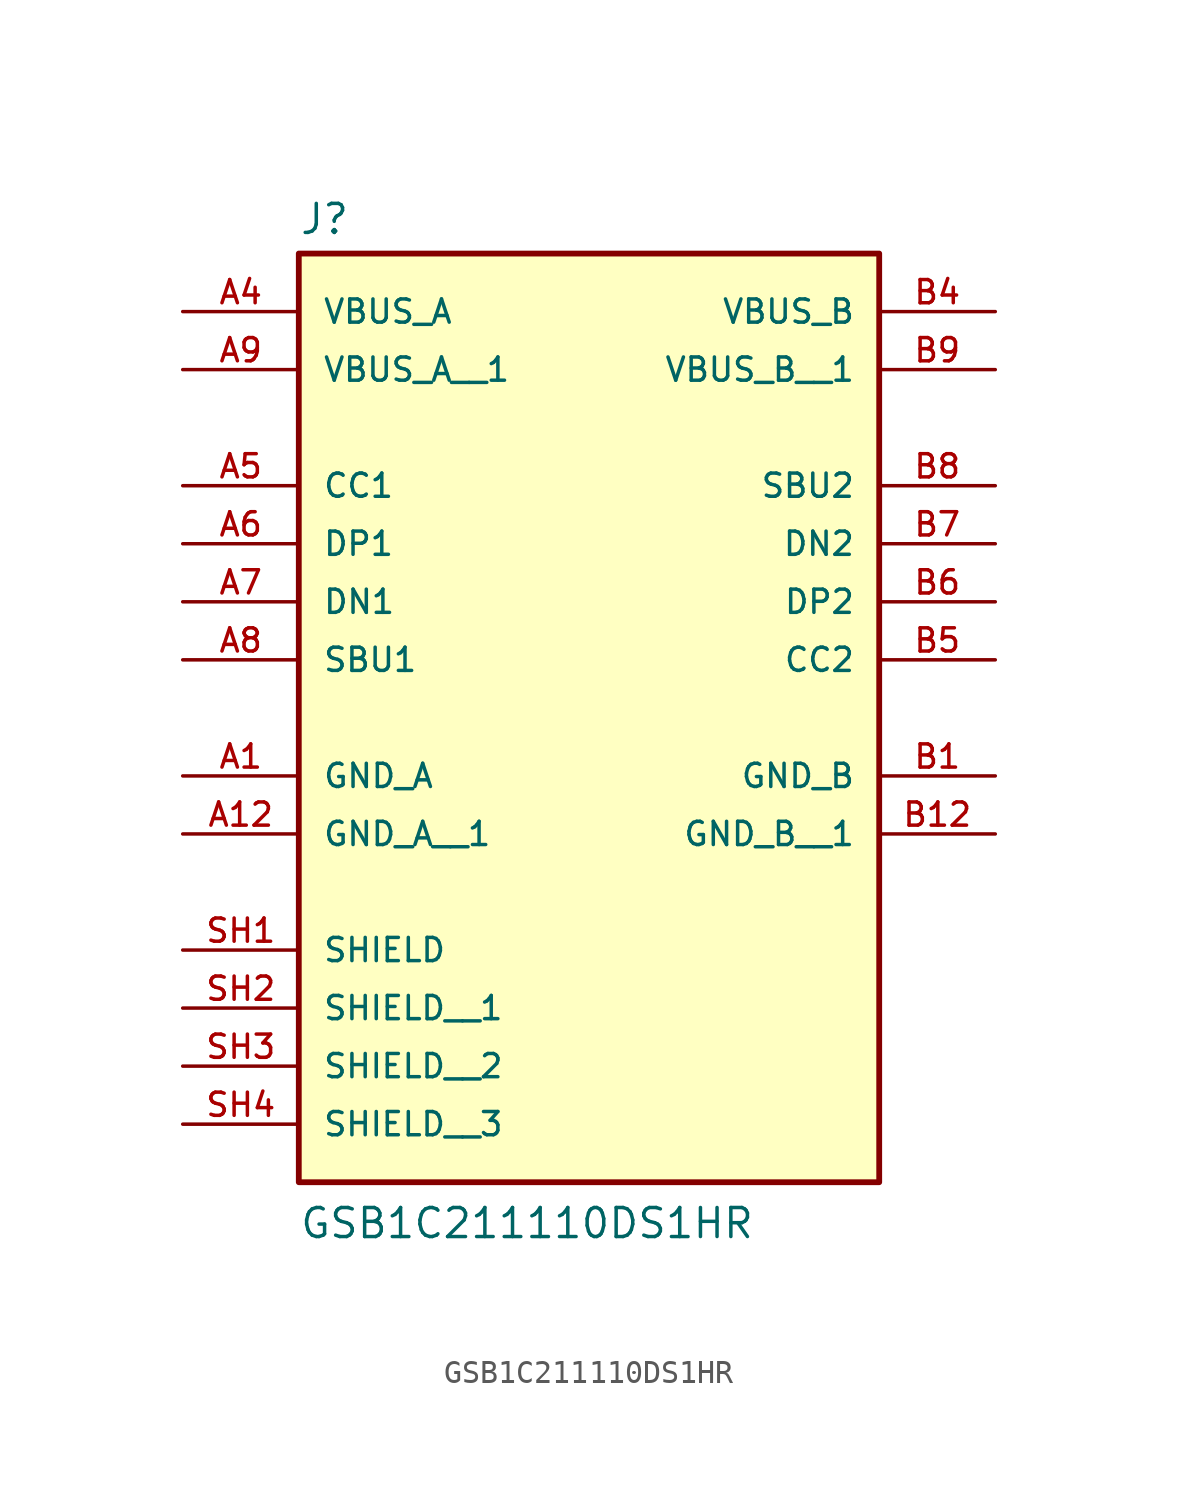
<source format=kicad_sym>
(kicad_symbol_lib
  (version 20211014)
  (generator kicad_symbol_editor)
  (symbol "GSB1C211110DS1HR"
    (pin_names
      (offset 1.016))
    (property "Reference" "J"
      (at -12.7 13.462 0)
      (effects (font (size 1.27 1.27)) (justify bottom left)))
    (property "Value" "GSB1C211110DS1HR"
      (at -12.7 -30.48 0)
      (effects (font (size 1.27 1.27)) (justify bottom left)))
    (symbol "GSB1C211110DS1HR_0_0"
      (rectangle (start -12.7 -27.94) (end 12.7 12.7) (stroke (width 0.254)) (fill (type background)))
      (pin power_in line (at -17.78 -10.16 0) (length 5.08) (name "GND_A" (effects (font (size 1.016 1.016)))) (number "A1" (effects (font (size 1.016 1.016)))))
      (pin power_in line (at -17.78 10.16 0) (length 5.08) (name "VBUS_A" (effects (font (size 1.016 1.016)))) (number "A4" (effects (font (size 1.016 1.016)))))
      (pin bidirectional line (at -17.78 0.0 0) (length 5.08) (name "DP1" (effects (font (size 1.016 1.016)))) (number "A6" (effects (font (size 1.016 1.016)))))
      (pin bidirectional line (at -17.78 2.54 0) (length 5.08) (name "CC1" (effects (font (size 1.016 1.016)))) (number "A5" (effects (font (size 1.016 1.016)))))
      (pin bidirectional line (at -17.78 -5.08 0) (length 5.08) (name "SBU1" (effects (font (size 1.016 1.016)))) (number "A8" (effects (font (size 1.016 1.016)))))
      (pin bidirectional line (at -17.78 -2.54 0) (length 5.08) (name "DN1" (effects (font (size 1.016 1.016)))) (number "A7" (effects (font (size 1.016 1.016)))))
      (pin passive line (at -17.78 -17.78 0) (length 5.08) (name "SHIELD" (effects (font (size 1.016 1.016)))) (number "SH1" (effects (font (size 1.016 1.016)))))
      (pin power_in line (at 17.78 -10.16 180.0) (length 5.08) (name "GND_B" (effects (font (size 1.016 1.016)))) (number "B1" (effects (font (size 1.016 1.016)))))
      (pin power_in line (at 17.78 10.16 180.0) (length 5.08) (name "VBUS_B" (effects (font (size 1.016 1.016)))) (number "B4" (effects (font (size 1.016 1.016)))))
      (pin bidirectional line (at 17.78 -2.54 180.0) (length 5.08) (name "DP2" (effects (font (size 1.016 1.016)))) (number "B6" (effects (font (size 1.016 1.016)))))
      (pin bidirectional line (at 17.78 -5.08 180.0) (length 5.08) (name "CC2" (effects (font (size 1.016 1.016)))) (number "B5" (effects (font (size 1.016 1.016)))))
      (pin bidirectional line (at 17.78 2.54 180.0) (length 5.08) (name "SBU2" (effects (font (size 1.016 1.016)))) (number "B8" (effects (font (size 1.016 1.016)))))
      (pin bidirectional line (at 17.78 0.0 180.0) (length 5.08) (name "DN2" (effects (font (size 1.016 1.016)))) (number "B7" (effects (font (size 1.016 1.016)))))
      (pin power_in line (at -17.78 7.62 0) (length 5.08) (name "VBUS_A__1" (effects (font (size 1.016 1.016)))) (number "A9" (effects (font (size 1.016 1.016)))))
      (pin power_in line (at -17.78 -12.7 0) (length 5.08) (name "GND_A__1" (effects (font (size 1.016 1.016)))) (number "A12" (effects (font (size 1.016 1.016)))))
      (pin passive line (at -17.78 -20.32 0) (length 5.08) (name "SHIELD__1" (effects (font (size 1.016 1.016)))) (number "SH2" (effects (font (size 1.016 1.016)))))
      (pin passive line (at -17.78 -22.86 0) (length 5.08) (name "SHIELD__2" (effects (font (size 1.016 1.016)))) (number "SH3" (effects (font (size 1.016 1.016)))))
      (pin passive line (at -17.78 -25.4 0) (length 5.08) (name "SHIELD__3" (effects (font (size 1.016 1.016)))) (number "SH4" (effects (font (size 1.016 1.016)))))
      (pin power_in line (at 17.78 7.62 180.0) (length 5.08) (name "VBUS_B__1" (effects (font (size 1.016 1.016)))) (number "B9" (effects (font (size 1.016 1.016)))))
      (pin power_in line (at 17.78 -12.7 180.0) (length 5.08) (name "GND_B__1" (effects (font (size 1.016 1.016)))) (number "B12" (effects (font (size 1.016 1.016))))))))
</source>
